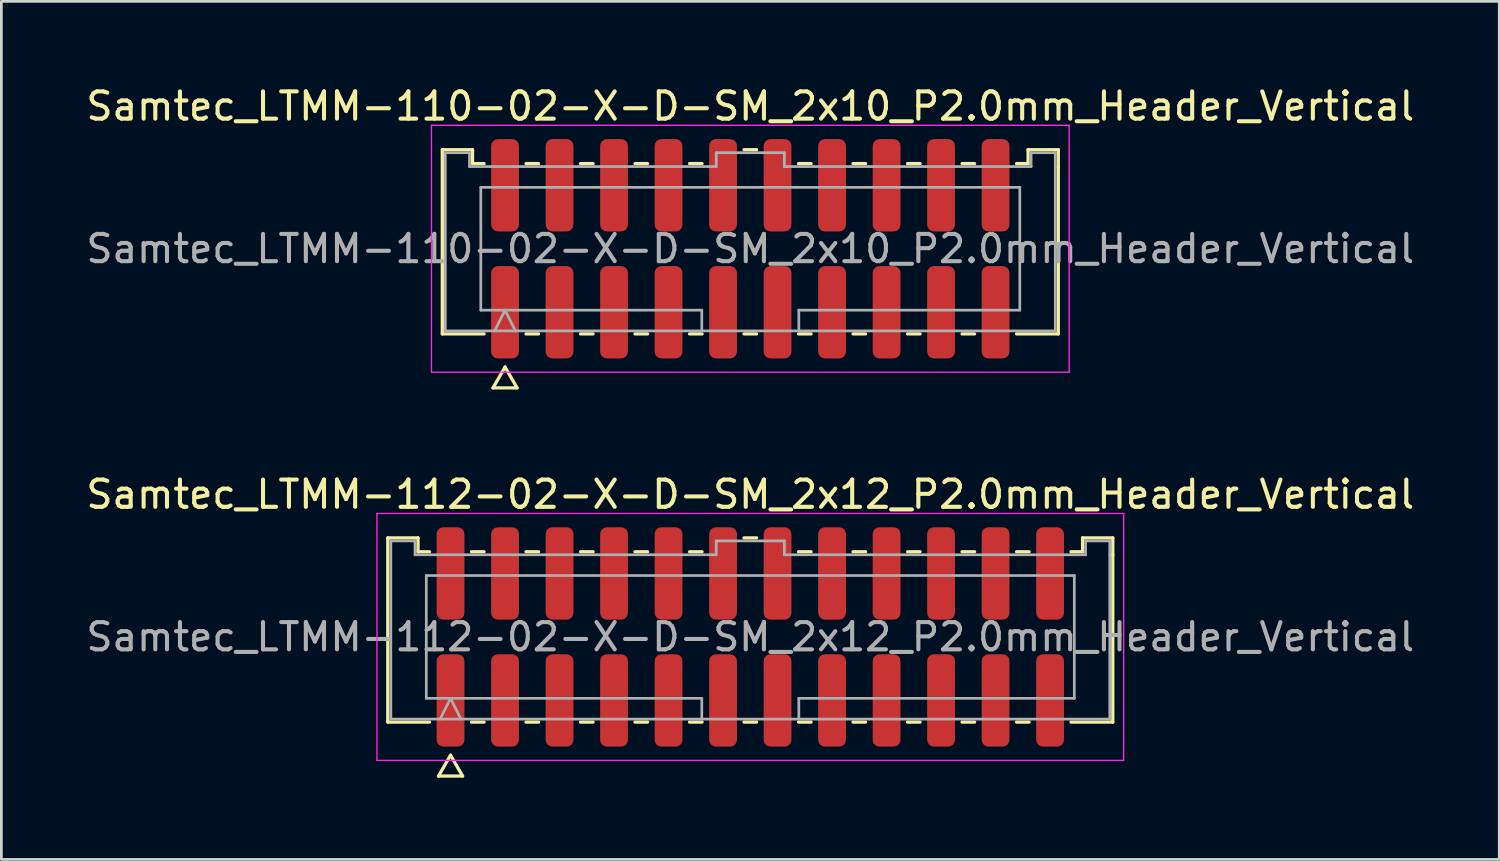
<source format=kicad_pcb>
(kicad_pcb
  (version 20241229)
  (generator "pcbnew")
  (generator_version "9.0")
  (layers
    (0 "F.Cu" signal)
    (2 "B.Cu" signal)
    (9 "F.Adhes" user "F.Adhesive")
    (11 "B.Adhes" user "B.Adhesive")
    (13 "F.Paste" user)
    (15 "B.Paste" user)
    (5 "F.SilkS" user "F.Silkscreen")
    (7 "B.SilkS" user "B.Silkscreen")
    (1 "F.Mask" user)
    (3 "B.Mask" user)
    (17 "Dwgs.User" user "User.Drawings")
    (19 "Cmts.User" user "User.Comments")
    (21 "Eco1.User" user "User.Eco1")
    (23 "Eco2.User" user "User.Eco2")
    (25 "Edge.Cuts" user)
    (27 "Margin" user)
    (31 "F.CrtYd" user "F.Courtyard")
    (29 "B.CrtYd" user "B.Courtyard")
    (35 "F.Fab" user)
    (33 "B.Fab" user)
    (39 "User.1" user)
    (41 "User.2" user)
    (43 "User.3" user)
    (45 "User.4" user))
  (footprint "Samtec_LTMM-110-02-X-D-SM_2x10_P2.0mm_Header_Vertical"
    (layer "F.Cu")
    (at 24.482 6.078)
    (property "Reference" "Samtec_LTMM-110-02-X-D-SM_2x10_P2.0mm_Header_Vertical" (at 0 -5.23 0) (layer "F.SilkS") (effects (font (size 1 1) (thickness 0.15))))
    (attr smd)
    (fp_line (start -11.302 -3.635) (end -10.193 -3.635) (stroke (width 0.12) (type solid)) (layer "F.SilkS"))
    (fp_line (start -11.302 3.125) (end -11.302 -3.635) (stroke (width 0.12) (type solid)) (layer "F.SilkS"))
    (fp_line (start -10.193 -3.635) (end -10.193 -3.125) (stroke (width 0.12) (type solid)) (layer "F.SilkS"))
    (fp_line (start -10.193 -3.125) (end -9.77 -3.125) (stroke (width 0.12) (type solid)) (layer "F.SilkS"))
    (fp_line (start -9.77 3.125) (end -11.302 3.125) (stroke (width 0.12) (type solid)) (layer "F.SilkS"))
    (fp_line (start -9.442 5.105) (end -9 4.34) (stroke (width 0.12) (type solid)) (layer "F.SilkS"))
    (fp_line (start -9 4.34) (end -8.558 5.105) (stroke (width 0.12) (type solid)) (layer "F.SilkS"))
    (fp_line (start -8.558 5.105) (end -9.442 5.105) (stroke (width 0.12) (type solid)) (layer "F.SilkS"))
    (fp_line (start -8.23 -3.125) (end -7.77 -3.125) (stroke (width 0.12) (type solid)) (layer "F.SilkS"))
    (fp_line (start -7.77 3.125) (end -8.23 3.125) (stroke (width 0.12) (type solid)) (layer "F.SilkS"))
    (fp_line (start -6.23 -3.125) (end -5.77 -3.125) (stroke (width 0.12) (type solid)) (layer "F.SilkS"))
    (fp_line (start -5.77 3.125) (end -6.23 3.125) (stroke (width 0.12) (type solid)) (layer "F.SilkS"))
    (fp_line (start -4.23 -3.125) (end -3.77 -3.125) (stroke (width 0.12) (type solid)) (layer "F.SilkS"))
    (fp_line (start -3.77 3.125) (end -4.23 3.125) (stroke (width 0.12) (type solid)) (layer "F.SilkS"))
    (fp_line (start -2.23 -3.125) (end -1.77 -3.125) (stroke (width 0.12) (type solid)) (layer "F.SilkS"))
    (fp_line (start -1.77 3.125) (end -2.23 3.125) (stroke (width 0.12) (type solid)) (layer "F.SilkS"))
    (fp_line (start -0.23 -3.635) (end 0.23 -3.635) (stroke (width 0.12) (type solid)) (layer "F.SilkS"))
    (fp_line (start 0.23 3.125) (end -0.23 3.125) (stroke (width 0.12) (type solid)) (layer "F.SilkS"))
    (fp_line (start 1.77 -3.125) (end 2.23 -3.125) (stroke (width 0.12) (type solid)) (layer "F.SilkS"))
    (fp_line (start 2.23 3.125) (end 1.77 3.125) (stroke (width 0.12) (type solid)) (layer "F.SilkS"))
    (fp_line (start 3.77 -3.125) (end 4.23 -3.125) (stroke (width 0.12) (type solid)) (layer "F.SilkS"))
    (fp_line (start 4.23 3.125) (end 3.77 3.125) (stroke (width 0.12) (type solid)) (layer "F.SilkS"))
    (fp_line (start 5.77 -3.125) (end 6.23 -3.125) (stroke (width 0.12) (type solid)) (layer "F.SilkS"))
    (fp_line (start 6.23 3.125) (end 5.77 3.125) (stroke (width 0.12) (type solid)) (layer "F.SilkS"))
    (fp_line (start 7.77 -3.125) (end 8.23 -3.125) (stroke (width 0.12) (type solid)) (layer "F.SilkS"))
    (fp_line (start 8.23 3.125) (end 7.77 3.125) (stroke (width 0.12) (type solid)) (layer "F.SilkS"))
    (fp_line (start 9.77 -3.125) (end 10.193 -3.125) (stroke (width 0.12) (type solid)) (layer "F.SilkS"))
    (fp_line (start 10.193 -3.635) (end 11.302 -3.635) (stroke (width 0.12) (type solid)) (layer "F.SilkS"))
    (fp_line (start 10.193 -3.125) (end 10.193 -3.635) (stroke (width 0.12) (type solid)) (layer "F.SilkS"))
    (fp_line (start 11.302 -3.635) (end 11.302 -3.015) (stroke (width 0.12) (type solid)) (layer "F.SilkS"))
    (fp_line (start 11.302 -3.015) (end 11.302 3.125) (stroke (width 0.12) (type solid)) (layer "F.SilkS"))
    (fp_line (start 11.302 3.125) (end 9.77 3.125) (stroke (width 0.12) (type solid)) (layer "F.SilkS"))
    (fp_line (start -11.7 -4.53) (end -11.7 4.53) (stroke (width 0.05) (type solid)) (layer "F.CrtYd"))
    (fp_line (start -11.7 4.53) (end 11.7 4.53) (stroke (width 0.05) (type solid)) (layer "F.CrtYd"))
    (fp_line (start 11.7 -4.53) (end -11.7 -4.53) (stroke (width 0.05) (type solid)) (layer "F.CrtYd"))
    (fp_line (start 11.7 4.53) (end 11.7 -4.53) (stroke (width 0.05) (type solid)) (layer "F.CrtYd"))
    (fp_line (start -11.191 -3.525) (end -10.303 -3.525) (stroke (width 0.1) (type solid)) (layer "F.Fab"))
    (fp_line (start -11.191 3.015) (end -11.191 -3.525) (stroke (width 0.1) (type solid)) (layer "F.Fab"))
    (fp_line (start -10.303 -3.525) (end -10.303 -3.015) (stroke (width 0.1) (type solid)) (layer "F.Fab"))
    (fp_line (start -10.303 -3.015) (end -1.25 -3.015) (stroke (width 0.1) (type solid)) (layer "F.Fab"))
    (fp_line (start -9.889 -2.253) (end 9.889 -2.253) (stroke (width 0.1) (type solid)) (layer "F.Fab"))
    (fp_line (start -9.889 2.253) (end -9.889 -2.253) (stroke (width 0.1) (type solid)) (layer "F.Fab"))
    (fp_line (start -9.381 3.015) (end -9 2.253) (stroke (width 0.1) (type solid)) (layer "F.Fab"))
    (fp_line (start -9 2.253) (end -8.619 3.015) (stroke (width 0.1) (type solid)) (layer "F.Fab"))
    (fp_line (start -1.78 2.253) (end -9.889 2.253) (stroke (width 0.1) (type solid)) (layer "F.Fab"))
    (fp_line (start -1.78 3.015) (end -1.78 2.253) (stroke (width 0.1) (type solid)) (layer "F.Fab"))
    (fp_line (start -1.25 -3.525) (end 1.25 -3.525) (stroke (width 0.1) (type solid)) (layer "F.Fab"))
    (fp_line (start -1.25 -3.015) (end -1.25 -3.525) (stroke (width 0.1) (type solid)) (layer "F.Fab"))
    (fp_line (start 1.25 -3.525) (end 1.25 -3.015) (stroke (width 0.1) (type solid)) (layer "F.Fab"))
    (fp_line (start 1.25 -3.015) (end 10.303 -3.015) (stroke (width 0.1) (type solid)) (layer "F.Fab"))
    (fp_line (start 1.78 2.253) (end 1.78 3.015) (stroke (width 0.1) (type solid)) (layer "F.Fab"))
    (fp_line (start 9.889 -2.253) (end 9.889 2.253) (stroke (width 0.1) (type solid)) (layer "F.Fab"))
    (fp_line (start 9.889 2.253) (end 1.78 2.253) (stroke (width 0.1) (type solid)) (layer "F.Fab"))
    (fp_line (start 10.303 -3.525) (end 11.191 -3.525) (stroke (width 0.1) (type solid)) (layer "F.Fab"))
    (fp_line (start 10.303 -3.015) (end 10.303 -3.525) (stroke (width 0.1) (type solid)) (layer "F.Fab"))
    (fp_line (start 11.191 -3.525) (end 11.191 -3.015) (stroke (width 0.1) (type solid)) (layer "F.Fab"))
    (fp_line (start 11.191 -3.015) (end 11.191 3.015) (stroke (width 0.1) (type solid)) (layer "F.Fab"))
    (fp_line (start 11.191 3.015) (end -11.191 3.015) (stroke (width 0.1) (type solid)) (layer "F.Fab"))
    (fp_text user "${REFERENCE}" (at 0 0 0) (layer "F.Fab") (effects (font (size 1 1) (thickness 0.15))))
    (pad "1" smd roundrect (at -9 2.33) (size 1.02 3.39) (layers "F.Cu" "F.Mask" "F.Paste") (roundrect_rratio 0.245))
    (pad "2" smd roundrect (at -9 -2.33) (size 1.02 3.39) (layers "F.Cu" "F.Mask" "F.Paste") (roundrect_rratio 0.245))
    (pad "3" smd roundrect (at -7 2.33) (size 1.02 3.39) (layers "F.Cu" "F.Mask" "F.Paste") (roundrect_rratio 0.245))
    (pad "4" smd roundrect (at -7 -2.33) (size 1.02 3.39) (layers "F.Cu" "F.Mask" "F.Paste") (roundrect_rratio 0.245))
    (pad "5" smd roundrect (at -5 2.33) (size 1.02 3.39) (layers "F.Cu" "F.Mask" "F.Paste") (roundrect_rratio 0.245))
    (pad "6" smd roundrect (at -5 -2.33) (size 1.02 3.39) (layers "F.Cu" "F.Mask" "F.Paste") (roundrect_rratio 0.245))
    (pad "7" smd roundrect (at -3 2.33) (size 1.02 3.39) (layers "F.Cu" "F.Mask" "F.Paste") (roundrect_rratio 0.245))
    (pad "8" smd roundrect (at -3 -2.33) (size 1.02 3.39) (layers "F.Cu" "F.Mask" "F.Paste") (roundrect_rratio 0.245))
    (pad "9" smd roundrect (at -1 2.33) (size 1.02 3.39) (layers "F.Cu" "F.Mask" "F.Paste") (roundrect_rratio 0.245))
    (pad "10" smd roundrect (at -1 -2.33) (size 1.02 3.39) (layers "F.Cu" "F.Mask" "F.Paste") (roundrect_rratio 0.245))
    (pad "11" smd roundrect (at 1 2.33) (size 1.02 3.39) (layers "F.Cu" "F.Mask" "F.Paste") (roundrect_rratio 0.245))
    (pad "12" smd roundrect (at 1 -2.33) (size 1.02 3.39) (layers "F.Cu" "F.Mask" "F.Paste") (roundrect_rratio 0.245))
    (pad "13" smd roundrect (at 3 2.33) (size 1.02 3.39) (layers "F.Cu" "F.Mask" "F.Paste") (roundrect_rratio 0.245))
    (pad "14" smd roundrect (at 3 -2.33) (size 1.02 3.39) (layers "F.Cu" "F.Mask" "F.Paste") (roundrect_rratio 0.245))
    (pad "15" smd roundrect (at 5 2.33) (size 1.02 3.39) (layers "F.Cu" "F.Mask" "F.Paste") (roundrect_rratio 0.245))
    (pad "16" smd roundrect (at 5 -2.33) (size 1.02 3.39) (layers "F.Cu" "F.Mask" "F.Paste") (roundrect_rratio 0.245))
    (pad "17" smd roundrect (at 7 2.33) (size 1.02 3.39) (layers "F.Cu" "F.Mask" "F.Paste") (roundrect_rratio 0.245))
    (pad "18" smd roundrect (at 7 -2.33) (size 1.02 3.39) (layers "F.Cu" "F.Mask" "F.Paste") (roundrect_rratio 0.245))
    (pad "19" smd roundrect (at 9 2.33) (size 1.02 3.39) (layers "F.Cu" "F.Mask" "F.Paste") (roundrect_rratio 0.245))
    (pad "20" smd roundrect (at 9 -2.33) (size 1.02 3.39) (layers "F.Cu" "F.Mask" "F.Paste") (roundrect_rratio 0.245)))
  (footprint "Samtec_LTMM-112-02-X-D-SM_2x12_P2.0mm_Header_Vertical"
    (layer "F.Cu")
    (at 24.482 20.322)
    (property "Reference" "Samtec_LTMM-112-02-X-D-SM_2x12_P2.0mm_Header_Vertical" (at 0 -5.23 0) (layer "F.SilkS") (effects (font (size 1 1) (thickness 0.15))))
    (attr smd)
    (fp_line (start -13.302 -3.635) (end -12.193 -3.635) (stroke (width 0.12) (type solid)) (layer "F.SilkS"))
    (fp_line (start -13.302 3.125) (end -13.302 -3.635) (stroke (width 0.12) (type solid)) (layer "F.SilkS"))
    (fp_line (start -12.193 -3.635) (end -12.193 -3.125) (stroke (width 0.12) (type solid)) (layer "F.SilkS"))
    (fp_line (start -12.193 -3.125) (end -11.77 -3.125) (stroke (width 0.12) (type solid)) (layer "F.SilkS"))
    (fp_line (start -11.77 3.125) (end -13.302 3.125) (stroke (width 0.12) (type solid)) (layer "F.SilkS"))
    (fp_line (start -11.442 5.105) (end -11 4.34) (stroke (width 0.12) (type solid)) (layer "F.SilkS"))
    (fp_line (start -11 4.34) (end -10.558 5.105) (stroke (width 0.12) (type solid)) (layer "F.SilkS"))
    (fp_line (start -10.558 5.105) (end -11.442 5.105) (stroke (width 0.12) (type solid)) (layer "F.SilkS"))
    (fp_line (start -10.23 -3.125) (end -9.77 -3.125) (stroke (width 0.12) (type solid)) (layer "F.SilkS"))
    (fp_line (start -9.77 3.125) (end -10.23 3.125) (stroke (width 0.12) (type solid)) (layer "F.SilkS"))
    (fp_line (start -8.23 -3.125) (end -7.77 -3.125) (stroke (width 0.12) (type solid)) (layer "F.SilkS"))
    (fp_line (start -7.77 3.125) (end -8.23 3.125) (stroke (width 0.12) (type solid)) (layer "F.SilkS"))
    (fp_line (start -6.23 -3.125) (end -5.77 -3.125) (stroke (width 0.12) (type solid)) (layer "F.SilkS"))
    (fp_line (start -5.77 3.125) (end -6.23 3.125) (stroke (width 0.12) (type solid)) (layer "F.SilkS"))
    (fp_line (start -4.23 -3.125) (end -3.77 -3.125) (stroke (width 0.12) (type solid)) (layer "F.SilkS"))
    (fp_line (start -3.77 3.125) (end -4.23 3.125) (stroke (width 0.12) (type solid)) (layer "F.SilkS"))
    (fp_line (start -2.23 -3.125) (end -1.77 -3.125) (stroke (width 0.12) (type solid)) (layer "F.SilkS"))
    (fp_line (start -1.77 3.125) (end -2.23 3.125) (stroke (width 0.12) (type solid)) (layer "F.SilkS"))
    (fp_line (start -0.23 -3.635) (end 0.23 -3.635) (stroke (width 0.12) (type solid)) (layer "F.SilkS"))
    (fp_line (start 0.23 3.125) (end -0.23 3.125) (stroke (width 0.12) (type solid)) (layer "F.SilkS"))
    (fp_line (start 1.77 -3.125) (end 2.23 -3.125) (stroke (width 0.12) (type solid)) (layer "F.SilkS"))
    (fp_line (start 2.23 3.125) (end 1.77 3.125) (stroke (width 0.12) (type solid)) (layer "F.SilkS"))
    (fp_line (start 3.77 -3.125) (end 4.23 -3.125) (stroke (width 0.12) (type solid)) (layer "F.SilkS"))
    (fp_line (start 4.23 3.125) (end 3.77 3.125) (stroke (width 0.12) (type solid)) (layer "F.SilkS"))
    (fp_line (start 5.77 -3.125) (end 6.23 -3.125) (stroke (width 0.12) (type solid)) (layer "F.SilkS"))
    (fp_line (start 6.23 3.125) (end 5.77 3.125) (stroke (width 0.12) (type solid)) (layer "F.SilkS"))
    (fp_line (start 7.77 -3.125) (end 8.23 -3.125) (stroke (width 0.12) (type solid)) (layer "F.SilkS"))
    (fp_line (start 8.23 3.125) (end 7.77 3.125) (stroke (width 0.12) (type solid)) (layer "F.SilkS"))
    (fp_line (start 9.77 -3.125) (end 10.23 -3.125) (stroke (width 0.12) (type solid)) (layer "F.SilkS"))
    (fp_line (start 10.23 3.125) (end 9.77 3.125) (stroke (width 0.12) (type solid)) (layer "F.SilkS"))
    (fp_line (start 11.77 -3.125) (end 12.193 -3.125) (stroke (width 0.12) (type solid)) (layer "F.SilkS"))
    (fp_line (start 12.193 -3.635) (end 13.302 -3.635) (stroke (width 0.12) (type solid)) (layer "F.SilkS"))
    (fp_line (start 12.193 -3.125) (end 12.193 -3.635) (stroke (width 0.12) (type solid)) (layer "F.SilkS"))
    (fp_line (start 13.302 -3.635) (end 13.302 -3.015) (stroke (width 0.12) (type solid)) (layer "F.SilkS"))
    (fp_line (start 13.302 -3.015) (end 13.302 3.125) (stroke (width 0.12) (type solid)) (layer "F.SilkS"))
    (fp_line (start 13.302 3.125) (end 11.77 3.125) (stroke (width 0.12) (type solid)) (layer "F.SilkS"))
    (fp_line (start -13.7 -4.53) (end -13.7 4.53) (stroke (width 0.05) (type solid)) (layer "F.CrtYd"))
    (fp_line (start -13.7 4.53) (end 13.7 4.53) (stroke (width 0.05) (type solid)) (layer "F.CrtYd"))
    (fp_line (start 13.7 -4.53) (end -13.7 -4.53) (stroke (width 0.05) (type solid)) (layer "F.CrtYd"))
    (fp_line (start 13.7 4.53) (end 13.7 -4.53) (stroke (width 0.05) (type solid)) (layer "F.CrtYd"))
    (fp_line (start -13.191 -3.525) (end -12.303 -3.525) (stroke (width 0.1) (type solid)) (layer "F.Fab"))
    (fp_line (start -13.191 3.015) (end -13.191 -3.525) (stroke (width 0.1) (type solid)) (layer "F.Fab"))
    (fp_line (start -12.303 -3.525) (end -12.303 -3.015) (stroke (width 0.1) (type solid)) (layer "F.Fab"))
    (fp_line (start -12.303 -3.015) (end -1.25 -3.015) (stroke (width 0.1) (type solid)) (layer "F.Fab"))
    (fp_line (start -11.889 -2.253) (end 11.889 -2.253) (stroke (width 0.1) (type solid)) (layer "F.Fab"))
    (fp_line (start -11.889 2.253) (end -11.889 -2.253) (stroke (width 0.1) (type solid)) (layer "F.Fab"))
    (fp_line (start -11.381 3.015) (end -11 2.253) (stroke (width 0.1) (type solid)) (layer "F.Fab"))
    (fp_line (start -11 2.253) (end -10.619 3.015) (stroke (width 0.1) (type solid)) (layer "F.Fab"))
    (fp_line (start -1.78 2.253) (end -11.889 2.253) (stroke (width 0.1) (type solid)) (layer "F.Fab"))
    (fp_line (start -1.78 3.015) (end -1.78 2.253) (stroke (width 0.1) (type solid)) (layer "F.Fab"))
    (fp_line (start -1.25 -3.525) (end 1.25 -3.525) (stroke (width 0.1) (type solid)) (layer "F.Fab"))
    (fp_line (start -1.25 -3.015) (end -1.25 -3.525) (stroke (width 0.1) (type solid)) (layer "F.Fab"))
    (fp_line (start 1.25 -3.525) (end 1.25 -3.015) (stroke (width 0.1) (type solid)) (layer "F.Fab"))
    (fp_line (start 1.25 -3.015) (end 12.303 -3.015) (stroke (width 0.1) (type solid)) (layer "F.Fab"))
    (fp_line (start 1.78 2.253) (end 1.78 3.015) (stroke (width 0.1) (type solid)) (layer "F.Fab"))
    (fp_line (start 11.889 -2.253) (end 11.889 2.253) (stroke (width 0.1) (type solid)) (layer "F.Fab"))
    (fp_line (start 11.889 2.253) (end 1.78 2.253) (stroke (width 0.1) (type solid)) (layer "F.Fab"))
    (fp_line (start 12.303 -3.525) (end 13.191 -3.525) (stroke (width 0.1) (type solid)) (layer "F.Fab"))
    (fp_line (start 12.303 -3.015) (end 12.303 -3.525) (stroke (width 0.1) (type solid)) (layer "F.Fab"))
    (fp_line (start 13.191 -3.525) (end 13.191 -3.015) (stroke (width 0.1) (type solid)) (layer "F.Fab"))
    (fp_line (start 13.191 -3.015) (end 13.191 3.015) (stroke (width 0.1) (type solid)) (layer "F.Fab"))
    (fp_line (start 13.191 3.015) (end -13.191 3.015) (stroke (width 0.1) (type solid)) (layer "F.Fab"))
    (fp_text user "${REFERENCE}" (at 0 0 0) (layer "F.Fab") (effects (font (size 1 1) (thickness 0.15))))
    (pad "1" smd roundrect (at -11 2.33) (size 1.02 3.39) (layers "F.Cu" "F.Mask" "F.Paste") (roundrect_rratio 0.245))
    (pad "2" smd roundrect (at -11 -2.33) (size 1.02 3.39) (layers "F.Cu" "F.Mask" "F.Paste") (roundrect_rratio 0.245))
    (pad "3" smd roundrect (at -9 2.33) (size 1.02 3.39) (layers "F.Cu" "F.Mask" "F.Paste") (roundrect_rratio 0.245))
    (pad "4" smd roundrect (at -9 -2.33) (size 1.02 3.39) (layers "F.Cu" "F.Mask" "F.Paste") (roundrect_rratio 0.245))
    (pad "5" smd roundrect (at -7 2.33) (size 1.02 3.39) (layers "F.Cu" "F.Mask" "F.Paste") (roundrect_rratio 0.245))
    (pad "6" smd roundrect (at -7 -2.33) (size 1.02 3.39) (layers "F.Cu" "F.Mask" "F.Paste") (roundrect_rratio 0.245))
    (pad "7" smd roundrect (at -5 2.33) (size 1.02 3.39) (layers "F.Cu" "F.Mask" "F.Paste") (roundrect_rratio 0.245))
    (pad "8" smd roundrect (at -5 -2.33) (size 1.02 3.39) (layers "F.Cu" "F.Mask" "F.Paste") (roundrect_rratio 0.245))
    (pad "9" smd roundrect (at -3 2.33) (size 1.02 3.39) (layers "F.Cu" "F.Mask" "F.Paste") (roundrect_rratio 0.245))
    (pad "10" smd roundrect (at -3 -2.33) (size 1.02 3.39) (layers "F.Cu" "F.Mask" "F.Paste") (roundrect_rratio 0.245))
    (pad "11" smd roundrect (at -1 2.33) (size 1.02 3.39) (layers "F.Cu" "F.Mask" "F.Paste") (roundrect_rratio 0.245))
    (pad "12" smd roundrect (at -1 -2.33) (size 1.02 3.39) (layers "F.Cu" "F.Mask" "F.Paste") (roundrect_rratio 0.245))
    (pad "13" smd roundrect (at 1 2.33) (size 1.02 3.39) (layers "F.Cu" "F.Mask" "F.Paste") (roundrect_rratio 0.245))
    (pad "14" smd roundrect (at 1 -2.33) (size 1.02 3.39) (layers "F.Cu" "F.Mask" "F.Paste") (roundrect_rratio 0.245))
    (pad "15" smd roundrect (at 3 2.33) (size 1.02 3.39) (layers "F.Cu" "F.Mask" "F.Paste") (roundrect_rratio 0.245))
    (pad "16" smd roundrect (at 3 -2.33) (size 1.02 3.39) (layers "F.Cu" "F.Mask" "F.Paste") (roundrect_rratio 0.245))
    (pad "17" smd roundrect (at 5 2.33) (size 1.02 3.39) (layers "F.Cu" "F.Mask" "F.Paste") (roundrect_rratio 0.245))
    (pad "18" smd roundrect (at 5 -2.33) (size 1.02 3.39) (layers "F.Cu" "F.Mask" "F.Paste") (roundrect_rratio 0.245))
    (pad "19" smd roundrect (at 7 2.33) (size 1.02 3.39) (layers "F.Cu" "F.Mask" "F.Paste") (roundrect_rratio 0.245))
    (pad "20" smd roundrect (at 7 -2.33) (size 1.02 3.39) (layers "F.Cu" "F.Mask" "F.Paste") (roundrect_rratio 0.245))
    (pad "21" smd roundrect (at 9 2.33) (size 1.02 3.39) (layers "F.Cu" "F.Mask" "F.Paste") (roundrect_rratio 0.245))
    (pad "22" smd roundrect (at 9 -2.33) (size 1.02 3.39) (layers "F.Cu" "F.Mask" "F.Paste") (roundrect_rratio 0.245))
    (pad "23" smd roundrect (at 11 2.33) (size 1.02 3.39) (layers "F.Cu" "F.Mask" "F.Paste") (roundrect_rratio 0.245))
    (pad "24" smd roundrect (at 11 -2.33) (size 1.02 3.39) (layers "F.Cu" "F.Mask" "F.Paste") (roundrect_rratio 0.245)))
  (gr_rect
    (start -3 -3)
    (end 51.964 28.486)
    (stroke (width 0.1) (type default))
    (fill no)
    (layer "Edge.Cuts")))
</source>
